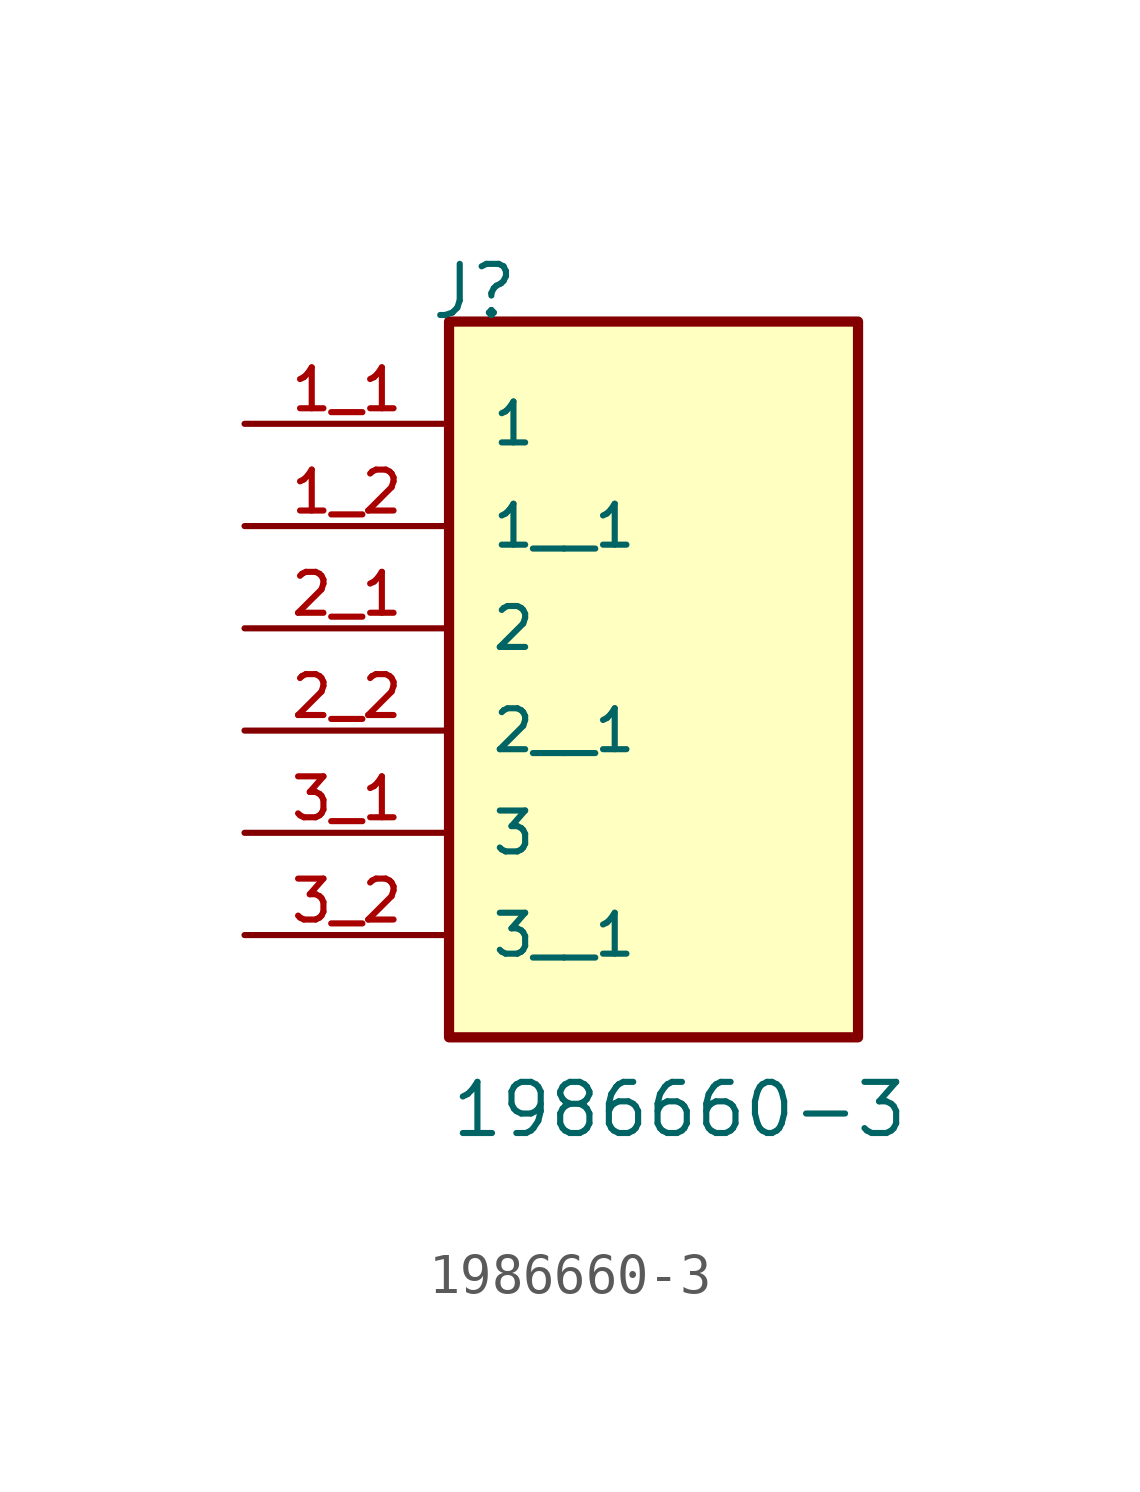
<source format=kicad_sym>
(kicad_symbol_lib
  (version 20211014)
  (generator kicad_symbol_editor)
  (symbol "1986660-3"
    (pin_names
      (offset 1.016))
    (property "Reference" "J"
      (at -5.58 5.08 0)
      (effects (font (size 1.27 1.27)) (justify bottom left)))
    (property "Value" "1986660-3"
      (at -5.08 -15.24 0)
      (effects (font (size 1.27 1.27)) (justify bottom left)))
    (symbol "1986660-3_0_0"
      (rectangle (start -5.08 -12.7) (end 5.08 5.08) (stroke (width 0.254)) (fill (type background)))
      (pin passive line (at -10.16 2.54 0) (length 5.08) (name "1" (effects (font (size 1.016 1.016)))) (number "1_1" (effects (font (size 1.016 1.016)))))
      (pin passive line (at -10.16 -2.54 0) (length 5.08) (name "2" (effects (font (size 1.016 1.016)))) (number "2_1" (effects (font (size 1.016 1.016)))))
      (pin passive line (at -10.16 -7.62 0) (length 5.08) (name "3" (effects (font (size 1.016 1.016)))) (number "3_1" (effects (font (size 1.016 1.016)))))
      (pin passive line (at -10.16 0.0 0) (length 5.08) (name "1__1" (effects (font (size 1.016 1.016)))) (number "1_2" (effects (font (size 1.016 1.016)))))
      (pin passive line (at -10.16 -5.08 0) (length 5.08) (name "2__1" (effects (font (size 1.016 1.016)))) (number "2_2" (effects (font (size 1.016 1.016)))))
      (pin passive line (at -10.16 -10.16 0) (length 5.08) (name "3__1" (effects (font (size 1.016 1.016)))) (number "3_2" (effects (font (size 1.016 1.016))))))))
</source>
